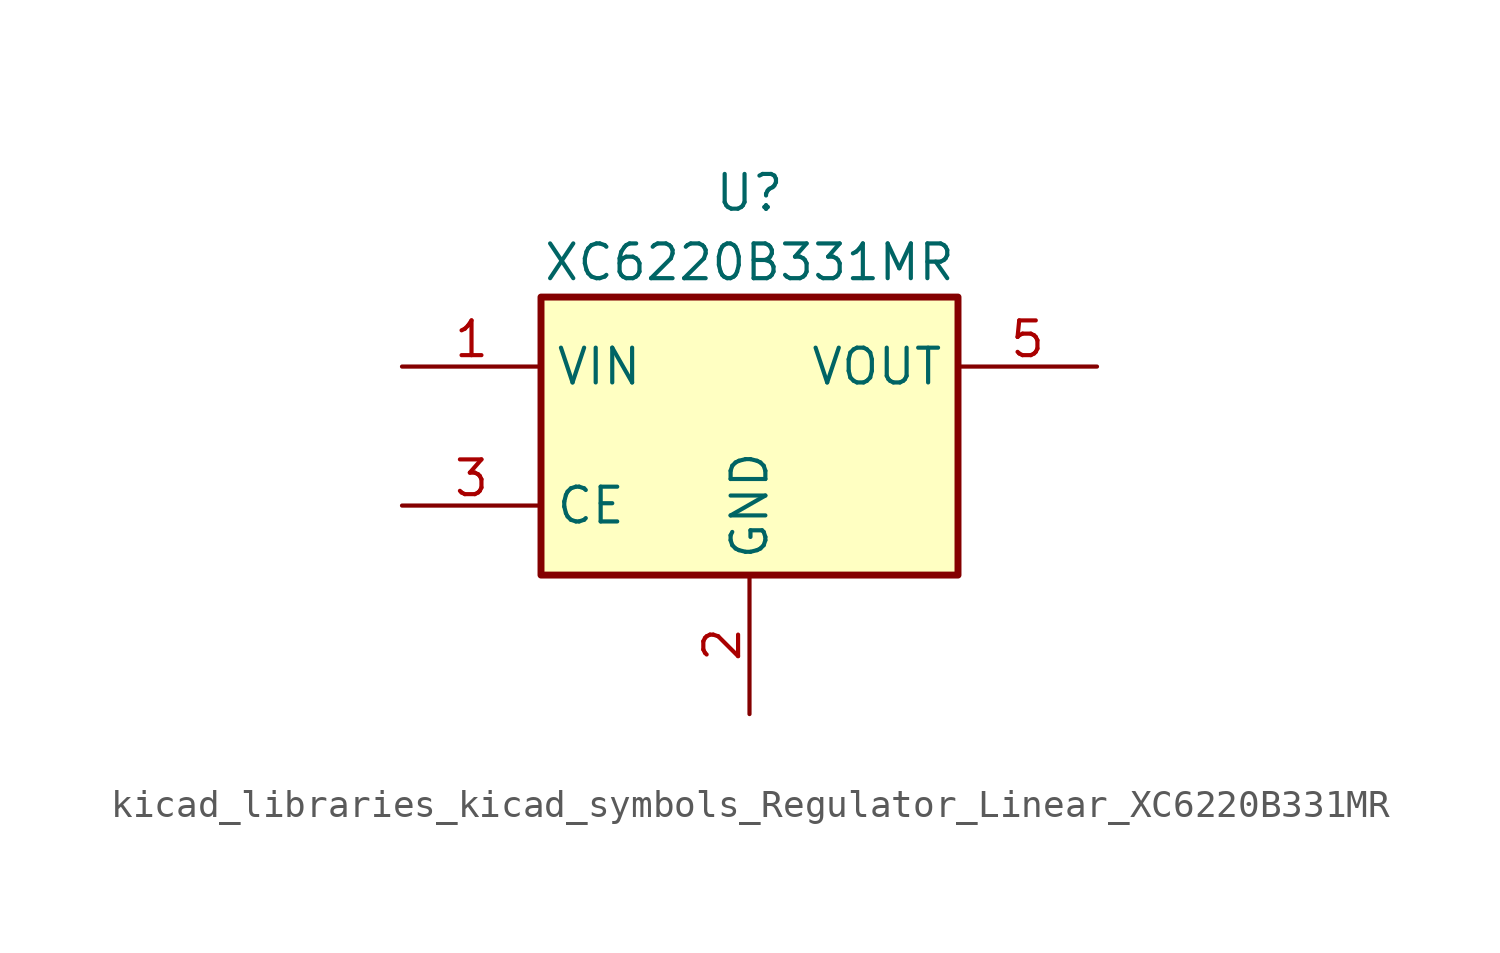
<source format=kicad_sym>
(kicad_symbol_lib
  (version 20220914)
  (generator kicad_symbol_editor)
  (symbol "kicad_libraries_kicad_symbols_Regulator_Linear_XC6220B331MR"
    (property "Reference" "U"
      (at 0 8.89 0)
      (effects (font (size 1.27 1.27))))
    (property "Value" "XC6220B331MR"
      (at 0 6.35 0)
      (effects (font (size 1.27 1.27))))
    (symbol "kicad_libraries_kicad_symbols_Regulator_Linear_XC6220B331MR_0_1"
      (rectangle (start -7.62 5.08) (end 7.62 -5.08) (stroke (width 0.254) (type default)) (fill (type background))))
    (symbol "kicad_libraries_kicad_symbols_Regulator_Linear_XC6220B331MR_1_1"
      (pin power_in line (at -12.7 2.54 0) (length 5.08) (name "VIN" (effects (font (size 1.27 1.27)))) (number "1" (effects (font (size 1.27 1.27)))))
      (pin power_in line (at 0 -10.16 90) (length 5.08) (name "GND" (effects (font (size 1.27 1.27)))) (number "2" (effects (font (size 1.27 1.27)))))
      (pin input line (at -12.7 -2.54 0) (length 5.08) (name "CE" (effects (font (size 1.27 1.27)))) (number "3" (effects (font (size 1.27 1.27)))))
      (pin no_connect line (at 7.62 -2.54 180) (length 5.08) hide (name "NC" (effects (font (size 1.27 1.27)))) (number "4" (effects (font (size 1.27 1.27)))))
      (pin power_out line (at 12.7 2.54 180) (length 5.08) (name "VOUT" (effects (font (size 1.27 1.27)))) (number "5" (effects (font (size 1.27 1.27))))))))
</source>
